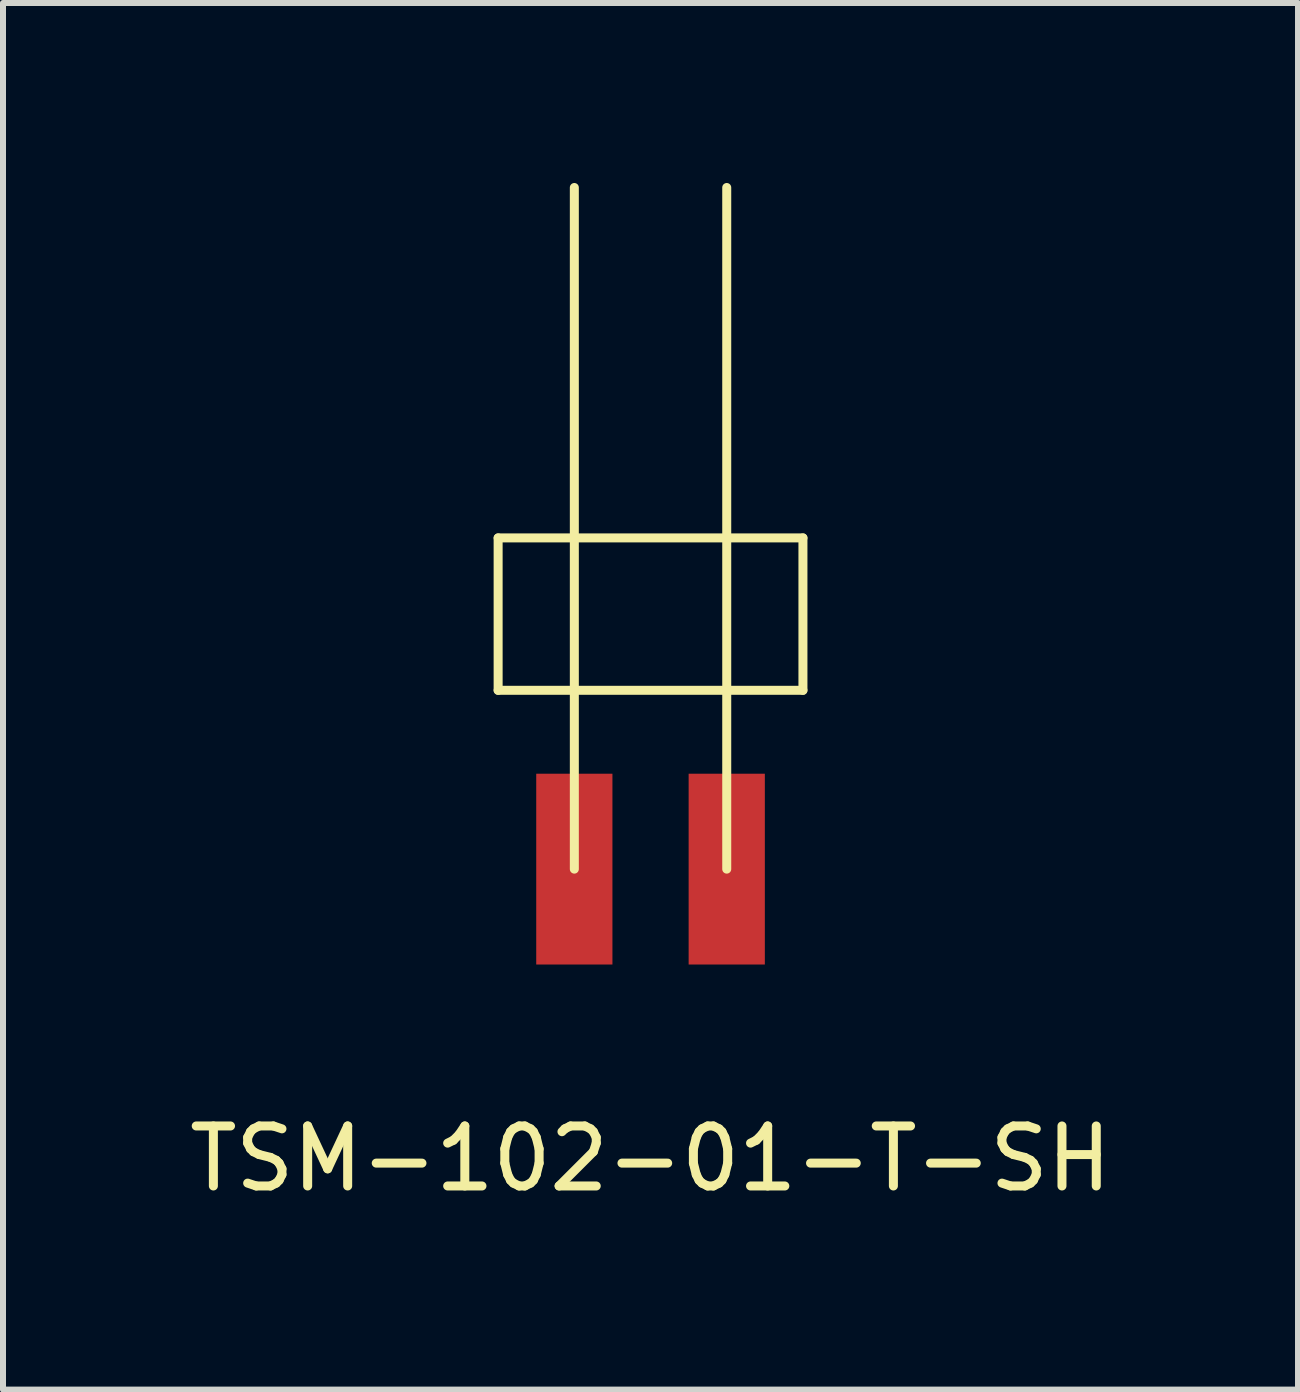
<source format=kicad_pcb>
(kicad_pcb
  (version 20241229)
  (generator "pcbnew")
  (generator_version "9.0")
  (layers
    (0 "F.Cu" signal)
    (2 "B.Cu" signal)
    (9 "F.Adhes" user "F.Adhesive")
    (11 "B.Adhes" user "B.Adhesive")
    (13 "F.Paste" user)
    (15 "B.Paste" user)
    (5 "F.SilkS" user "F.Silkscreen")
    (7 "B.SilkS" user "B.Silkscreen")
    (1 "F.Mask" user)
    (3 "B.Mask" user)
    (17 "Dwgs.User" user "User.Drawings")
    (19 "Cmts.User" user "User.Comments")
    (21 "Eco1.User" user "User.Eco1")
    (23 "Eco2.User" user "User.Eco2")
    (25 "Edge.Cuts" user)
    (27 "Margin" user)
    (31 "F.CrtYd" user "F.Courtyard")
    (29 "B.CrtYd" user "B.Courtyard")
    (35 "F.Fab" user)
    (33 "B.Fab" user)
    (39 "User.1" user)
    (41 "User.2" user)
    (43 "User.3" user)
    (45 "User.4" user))
  (footprint "TSM-102-01-T-SH"
    (layer "F.Cu")
    (at 7.792 11.435)
    (property "Reference" "TSM-102-01-T-SH" (at 0 4.826 0) (layer "F.SilkS") (effects (font (size 1 1) (thickness 0.15))))
    (attr through_hole)
    (fp_line (start -2.54 -5.52) (end -2.54 -2.98) (stroke (width 0.15) (type solid)) (layer "F.SilkS"))
    (fp_line (start -1.27 0) (end -1.27 -11.36) (stroke (width 0.15) (type solid)) (layer "F.SilkS"))
    (fp_line (start 1.27 0) (end 1.27 -11.36) (stroke (width 0.15) (type solid)) (layer "F.SilkS"))
    (fp_line (start 2.54 -5.52) (end -2.54 -5.52) (stroke (width 0.15) (type solid)) (layer "F.SilkS"))
    (fp_line (start 2.54 -5.52) (end 2.54 -2.98) (stroke (width 0.15) (type solid)) (layer "F.SilkS"))
    (fp_line (start 2.54 -2.98) (end -2.54 -2.98) (stroke (width 0.15) (type solid)) (layer "F.SilkS"))
    (pad "1" smd rect (at -1.27 0) (size 1.27 3.18) (layers "F.Cu" "F.Mask" "F.Paste"))
    (pad "2" smd rect (at 1.27 0) (size 1.27 3.18) (layers "F.Cu" "F.Mask" "F.Paste")))
  (gr_rect
    (start -3 -3)
    (end 18.583 20.109)
    (stroke (width 0.1) (type default))
    (fill no)
    (layer "Edge.Cuts")))
</source>
